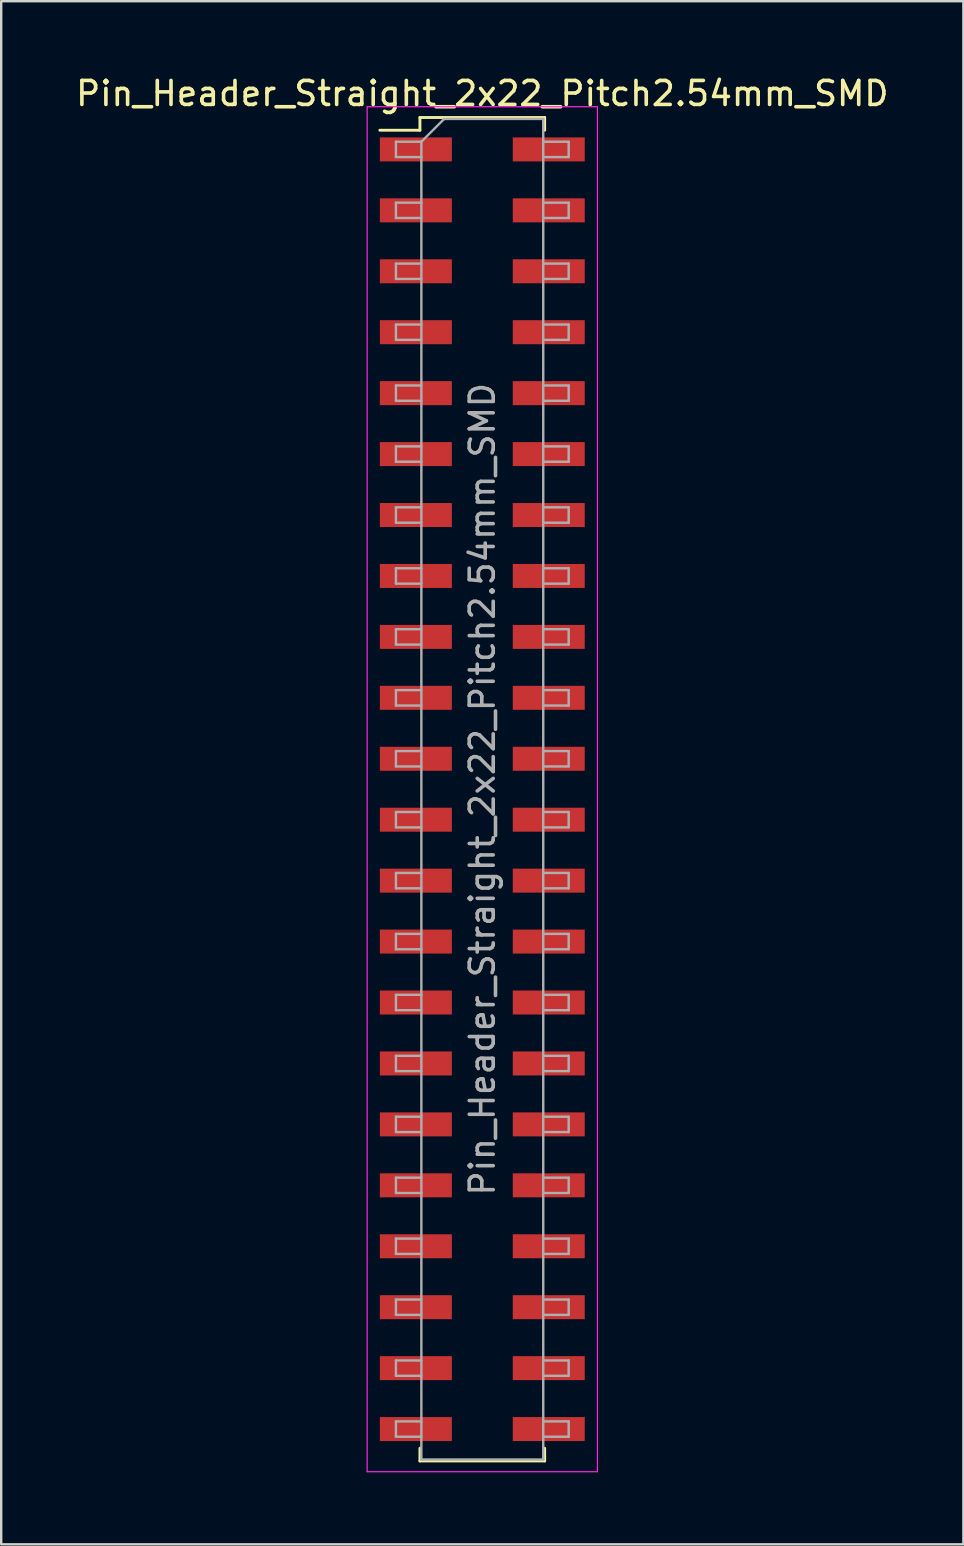
<source format=kicad_pcb>
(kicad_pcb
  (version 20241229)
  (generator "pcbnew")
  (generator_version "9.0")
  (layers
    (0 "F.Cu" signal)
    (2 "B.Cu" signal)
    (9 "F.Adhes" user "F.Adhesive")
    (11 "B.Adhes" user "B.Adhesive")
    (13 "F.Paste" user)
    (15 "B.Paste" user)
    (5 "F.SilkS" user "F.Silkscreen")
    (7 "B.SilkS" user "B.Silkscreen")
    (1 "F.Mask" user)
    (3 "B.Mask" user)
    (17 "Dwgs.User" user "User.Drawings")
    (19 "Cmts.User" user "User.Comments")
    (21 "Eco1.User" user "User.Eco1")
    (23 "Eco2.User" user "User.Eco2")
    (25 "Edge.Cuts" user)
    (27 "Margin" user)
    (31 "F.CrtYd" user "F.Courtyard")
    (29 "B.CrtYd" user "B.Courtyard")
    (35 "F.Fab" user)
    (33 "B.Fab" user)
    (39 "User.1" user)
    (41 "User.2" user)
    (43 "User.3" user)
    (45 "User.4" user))
  (footprint "Pin_Header_Straight_2x22_Pitch2.54mm_SMD"
    (layer "F.Cu")
    (at 17.054 29.848)
    (property "Reference" "Pin_Header_Straight_2x22_Pitch2.54mm_SMD" (at 0 -29 0) (layer "F.SilkS") (effects (font (size 1 1) (thickness 0.15))))
    (attr smd)
    (fp_line (start -4.27 -27.47) (end -2.6 -27.47) (stroke (width 0.12) (type solid)) (layer "F.SilkS"))
    (fp_line (start -2.6 -28) (end 2.6 -28) (stroke (width 0.12) (type solid)) (layer "F.SilkS"))
    (fp_line (start -2.6 -27.47) (end -2.6 -28) (stroke (width 0.12) (type solid)) (layer "F.SilkS"))
    (fp_line (start -2.6 27.47) (end -2.6 28) (stroke (width 0.12) (type solid)) (layer "F.SilkS"))
    (fp_line (start -2.6 28) (end 2.6 28) (stroke (width 0.12) (type solid)) (layer "F.SilkS"))
    (fp_line (start 2.6 -28) (end 2.6 -27.47) (stroke (width 0.12) (type solid)) (layer "F.SilkS"))
    (fp_line (start 2.6 28) (end 2.6 27.47) (stroke (width 0.12) (type solid)) (layer "F.SilkS"))
    (fp_line (start -4.8 -28.45) (end -4.8 28.45) (stroke (width 0.05) (type solid)) (layer "F.CrtYd"))
    (fp_line (start -4.8 28.45) (end 4.8 28.45) (stroke (width 0.05) (type solid)) (layer "F.CrtYd"))
    (fp_line (start 4.8 -28.45) (end -4.8 -28.45) (stroke (width 0.05) (type solid)) (layer "F.CrtYd"))
    (fp_line (start 4.8 28.45) (end 4.8 -28.45) (stroke (width 0.05) (type solid)) (layer "F.CrtYd"))
    (fp_line (start -3.6 -26.99) (end -3.6 -26.35) (stroke (width 0.1) (type solid)) (layer "F.Fab"))
    (fp_line (start -3.6 -26.35) (end -2.54 -26.35) (stroke (width 0.1) (type solid)) (layer "F.Fab"))
    (fp_line (start -3.6 -24.45) (end -3.6 -23.81) (stroke (width 0.1) (type solid)) (layer "F.Fab"))
    (fp_line (start -3.6 -23.81) (end -2.54 -23.81) (stroke (width 0.1) (type solid)) (layer "F.Fab"))
    (fp_line (start -3.6 -21.91) (end -3.6 -21.27) (stroke (width 0.1) (type solid)) (layer "F.Fab"))
    (fp_line (start -3.6 -21.27) (end -2.54 -21.27) (stroke (width 0.1) (type solid)) (layer "F.Fab"))
    (fp_line (start -3.6 -19.37) (end -3.6 -18.73) (stroke (width 0.1) (type solid)) (layer "F.Fab"))
    (fp_line (start -3.6 -18.73) (end -2.54 -18.73) (stroke (width 0.1) (type solid)) (layer "F.Fab"))
    (fp_line (start -3.6 -16.83) (end -3.6 -16.19) (stroke (width 0.1) (type solid)) (layer "F.Fab"))
    (fp_line (start -3.6 -16.19) (end -2.54 -16.19) (stroke (width 0.1) (type solid)) (layer "F.Fab"))
    (fp_line (start -3.6 -14.29) (end -3.6 -13.65) (stroke (width 0.1) (type solid)) (layer "F.Fab"))
    (fp_line (start -3.6 -13.65) (end -2.54 -13.65) (stroke (width 0.1) (type solid)) (layer "F.Fab"))
    (fp_line (start -3.6 -11.75) (end -3.6 -11.11) (stroke (width 0.1) (type solid)) (layer "F.Fab"))
    (fp_line (start -3.6 -11.11) (end -2.54 -11.11) (stroke (width 0.1) (type solid)) (layer "F.Fab"))
    (fp_line (start -3.6 -9.21) (end -3.6 -8.57) (stroke (width 0.1) (type solid)) (layer "F.Fab"))
    (fp_line (start -3.6 -8.57) (end -2.54 -8.57) (stroke (width 0.1) (type solid)) (layer "F.Fab"))
    (fp_line (start -3.6 -6.67) (end -3.6 -6.03) (stroke (width 0.1) (type solid)) (layer "F.Fab"))
    (fp_line (start -3.6 -6.03) (end -2.54 -6.03) (stroke (width 0.1) (type solid)) (layer "F.Fab"))
    (fp_line (start -3.6 -4.13) (end -3.6 -3.49) (stroke (width 0.1) (type solid)) (layer "F.Fab"))
    (fp_line (start -3.6 -3.49) (end -2.54 -3.49) (stroke (width 0.1) (type solid)) (layer "F.Fab"))
    (fp_line (start -3.6 -1.59) (end -3.6 -0.95) (stroke (width 0.1) (type solid)) (layer "F.Fab"))
    (fp_line (start -3.6 -0.95) (end -2.54 -0.95) (stroke (width 0.1) (type solid)) (layer "F.Fab"))
    (fp_line (start -3.6 0.95) (end -3.6 1.59) (stroke (width 0.1) (type solid)) (layer "F.Fab"))
    (fp_line (start -3.6 1.59) (end -2.54 1.59) (stroke (width 0.1) (type solid)) (layer "F.Fab"))
    (fp_line (start -3.6 3.49) (end -3.6 4.13) (stroke (width 0.1) (type solid)) (layer "F.Fab"))
    (fp_line (start -3.6 4.13) (end -2.54 4.13) (stroke (width 0.1) (type solid)) (layer "F.Fab"))
    (fp_line (start -3.6 6.03) (end -3.6 6.67) (stroke (width 0.1) (type solid)) (layer "F.Fab"))
    (fp_line (start -3.6 6.67) (end -2.54 6.67) (stroke (width 0.1) (type solid)) (layer "F.Fab"))
    (fp_line (start -3.6 8.57) (end -3.6 9.21) (stroke (width 0.1) (type solid)) (layer "F.Fab"))
    (fp_line (start -3.6 9.21) (end -2.54 9.21) (stroke (width 0.1) (type solid)) (layer "F.Fab"))
    (fp_line (start -3.6 11.11) (end -3.6 11.75) (stroke (width 0.1) (type solid)) (layer "F.Fab"))
    (fp_line (start -3.6 11.75) (end -2.54 11.75) (stroke (width 0.1) (type solid)) (layer "F.Fab"))
    (fp_line (start -3.6 13.65) (end -3.6 14.29) (stroke (width 0.1) (type solid)) (layer "F.Fab"))
    (fp_line (start -3.6 14.29) (end -2.54 14.29) (stroke (width 0.1) (type solid)) (layer "F.Fab"))
    (fp_line (start -3.6 16.19) (end -3.6 16.83) (stroke (width 0.1) (type solid)) (layer "F.Fab"))
    (fp_line (start -3.6 16.83) (end -2.54 16.83) (stroke (width 0.1) (type solid)) (layer "F.Fab"))
    (fp_line (start -3.6 18.73) (end -3.6 19.37) (stroke (width 0.1) (type solid)) (layer "F.Fab"))
    (fp_line (start -3.6 19.37) (end -2.54 19.37) (stroke (width 0.1) (type solid)) (layer "F.Fab"))
    (fp_line (start -3.6 21.27) (end -3.6 21.91) (stroke (width 0.1) (type solid)) (layer "F.Fab"))
    (fp_line (start -3.6 21.91) (end -2.54 21.91) (stroke (width 0.1) (type solid)) (layer "F.Fab"))
    (fp_line (start -3.6 23.81) (end -3.6 24.45) (stroke (width 0.1) (type solid)) (layer "F.Fab"))
    (fp_line (start -3.6 24.45) (end -2.54 24.45) (stroke (width 0.1) (type solid)) (layer "F.Fab"))
    (fp_line (start -3.6 26.35) (end -3.6 26.99) (stroke (width 0.1) (type solid)) (layer "F.Fab"))
    (fp_line (start -3.6 26.99) (end -2.54 26.99) (stroke (width 0.1) (type solid)) (layer "F.Fab"))
    (fp_line (start -2.54 -26.99) (end -3.6 -26.99) (stroke (width 0.1) (type solid)) (layer "F.Fab"))
    (fp_line (start -2.54 -26.99) (end -1.59 -27.94) (stroke (width 0.1) (type solid)) (layer "F.Fab"))
    (fp_line (start -2.54 -24.45) (end -3.6 -24.45) (stroke (width 0.1) (type solid)) (layer "F.Fab"))
    (fp_line (start -2.54 -21.91) (end -3.6 -21.91) (stroke (width 0.1) (type solid)) (layer "F.Fab"))
    (fp_line (start -2.54 -19.37) (end -3.6 -19.37) (stroke (width 0.1) (type solid)) (layer "F.Fab"))
    (fp_line (start -2.54 -16.83) (end -3.6 -16.83) (stroke (width 0.1) (type solid)) (layer "F.Fab"))
    (fp_line (start -2.54 -14.29) (end -3.6 -14.29) (stroke (width 0.1) (type solid)) (layer "F.Fab"))
    (fp_line (start -2.54 -11.75) (end -3.6 -11.75) (stroke (width 0.1) (type solid)) (layer "F.Fab"))
    (fp_line (start -2.54 -9.21) (end -3.6 -9.21) (stroke (width 0.1) (type solid)) (layer "F.Fab"))
    (fp_line (start -2.54 -6.67) (end -3.6 -6.67) (stroke (width 0.1) (type solid)) (layer "F.Fab"))
    (fp_line (start -2.54 -4.13) (end -3.6 -4.13) (stroke (width 0.1) (type solid)) (layer "F.Fab"))
    (fp_line (start -2.54 -1.59) (end -3.6 -1.59) (stroke (width 0.1) (type solid)) (layer "F.Fab"))
    (fp_line (start -2.54 0.95) (end -3.6 0.95) (stroke (width 0.1) (type solid)) (layer "F.Fab"))
    (fp_line (start -2.54 3.49) (end -3.6 3.49) (stroke (width 0.1) (type solid)) (layer "F.Fab"))
    (fp_line (start -2.54 6.03) (end -3.6 6.03) (stroke (width 0.1) (type solid)) (layer "F.Fab"))
    (fp_line (start -2.54 8.57) (end -3.6 8.57) (stroke (width 0.1) (type solid)) (layer "F.Fab"))
    (fp_line (start -2.54 11.11) (end -3.6 11.11) (stroke (width 0.1) (type solid)) (layer "F.Fab"))
    (fp_line (start -2.54 13.65) (end -3.6 13.65) (stroke (width 0.1) (type solid)) (layer "F.Fab"))
    (fp_line (start -2.54 16.19) (end -3.6 16.19) (stroke (width 0.1) (type solid)) (layer "F.Fab"))
    (fp_line (start -2.54 18.73) (end -3.6 18.73) (stroke (width 0.1) (type solid)) (layer "F.Fab"))
    (fp_line (start -2.54 21.27) (end -3.6 21.27) (stroke (width 0.1) (type solid)) (layer "F.Fab"))
    (fp_line (start -2.54 23.81) (end -3.6 23.81) (stroke (width 0.1) (type solid)) (layer "F.Fab"))
    (fp_line (start -2.54 26.35) (end -3.6 26.35) (stroke (width 0.1) (type solid)) (layer "F.Fab"))
    (fp_line (start -2.54 27.94) (end -2.54 -26.99) (stroke (width 0.1) (type solid)) (layer "F.Fab"))
    (fp_line (start -1.59 -27.94) (end 2.54 -27.94) (stroke (width 0.1) (type solid)) (layer "F.Fab"))
    (fp_line (start 2.54 -27.94) (end 2.54 27.94) (stroke (width 0.1) (type solid)) (layer "F.Fab"))
    (fp_line (start 2.54 -26.99) (end 3.6 -26.99) (stroke (width 0.1) (type solid)) (layer "F.Fab"))
    (fp_line (start 2.54 -24.45) (end 3.6 -24.45) (stroke (width 0.1) (type solid)) (layer "F.Fab"))
    (fp_line (start 2.54 -21.91) (end 3.6 -21.91) (stroke (width 0.1) (type solid)) (layer "F.Fab"))
    (fp_line (start 2.54 -19.37) (end 3.6 -19.37) (stroke (width 0.1) (type solid)) (layer "F.Fab"))
    (fp_line (start 2.54 -16.83) (end 3.6 -16.83) (stroke (width 0.1) (type solid)) (layer "F.Fab"))
    (fp_line (start 2.54 -14.29) (end 3.6 -14.29) (stroke (width 0.1) (type solid)) (layer "F.Fab"))
    (fp_line (start 2.54 -11.75) (end 3.6 -11.75) (stroke (width 0.1) (type solid)) (layer "F.Fab"))
    (fp_line (start 2.54 -9.21) (end 3.6 -9.21) (stroke (width 0.1) (type solid)) (layer "F.Fab"))
    (fp_line (start 2.54 -6.67) (end 3.6 -6.67) (stroke (width 0.1) (type solid)) (layer "F.Fab"))
    (fp_line (start 2.54 -4.13) (end 3.6 -4.13) (stroke (width 0.1) (type solid)) (layer "F.Fab"))
    (fp_line (start 2.54 -1.59) (end 3.6 -1.59) (stroke (width 0.1) (type solid)) (layer "F.Fab"))
    (fp_line (start 2.54 0.95) (end 3.6 0.95) (stroke (width 0.1) (type solid)) (layer "F.Fab"))
    (fp_line (start 2.54 3.49) (end 3.6 3.49) (stroke (width 0.1) (type solid)) (layer "F.Fab"))
    (fp_line (start 2.54 6.03) (end 3.6 6.03) (stroke (width 0.1) (type solid)) (layer "F.Fab"))
    (fp_line (start 2.54 8.57) (end 3.6 8.57) (stroke (width 0.1) (type solid)) (layer "F.Fab"))
    (fp_line (start 2.54 11.11) (end 3.6 11.11) (stroke (width 0.1) (type solid)) (layer "F.Fab"))
    (fp_line (start 2.54 13.65) (end 3.6 13.65) (stroke (width 0.1) (type solid)) (layer "F.Fab"))
    (fp_line (start 2.54 16.19) (end 3.6 16.19) (stroke (width 0.1) (type solid)) (layer "F.Fab"))
    (fp_line (start 2.54 18.73) (end 3.6 18.73) (stroke (width 0.1) (type solid)) (layer "F.Fab"))
    (fp_line (start 2.54 21.27) (end 3.6 21.27) (stroke (width 0.1) (type solid)) (layer "F.Fab"))
    (fp_line (start 2.54 23.81) (end 3.6 23.81) (stroke (width 0.1) (type solid)) (layer "F.Fab"))
    (fp_line (start 2.54 26.35) (end 3.6 26.35) (stroke (width 0.1) (type solid)) (layer "F.Fab"))
    (fp_line (start 2.54 27.94) (end -2.54 27.94) (stroke (width 0.1) (type solid)) (layer "F.Fab"))
    (fp_line (start 3.6 -26.99) (end 3.6 -26.35) (stroke (width 0.1) (type solid)) (layer "F.Fab"))
    (fp_line (start 3.6 -26.35) (end 2.54 -26.35) (stroke (width 0.1) (type solid)) (layer "F.Fab"))
    (fp_line (start 3.6 -24.45) (end 3.6 -23.81) (stroke (width 0.1) (type solid)) (layer "F.Fab"))
    (fp_line (start 3.6 -23.81) (end 2.54 -23.81) (stroke (width 0.1) (type solid)) (layer "F.Fab"))
    (fp_line (start 3.6 -21.91) (end 3.6 -21.27) (stroke (width 0.1) (type solid)) (layer "F.Fab"))
    (fp_line (start 3.6 -21.27) (end 2.54 -21.27) (stroke (width 0.1) (type solid)) (layer "F.Fab"))
    (fp_line (start 3.6 -19.37) (end 3.6 -18.73) (stroke (width 0.1) (type solid)) (layer "F.Fab"))
    (fp_line (start 3.6 -18.73) (end 2.54 -18.73) (stroke (width 0.1) (type solid)) (layer "F.Fab"))
    (fp_line (start 3.6 -16.83) (end 3.6 -16.19) (stroke (width 0.1) (type solid)) (layer "F.Fab"))
    (fp_line (start 3.6 -16.19) (end 2.54 -16.19) (stroke (width 0.1) (type solid)) (layer "F.Fab"))
    (fp_line (start 3.6 -14.29) (end 3.6 -13.65) (stroke (width 0.1) (type solid)) (layer "F.Fab"))
    (fp_line (start 3.6 -13.65) (end 2.54 -13.65) (stroke (width 0.1) (type solid)) (layer "F.Fab"))
    (fp_line (start 3.6 -11.75) (end 3.6 -11.11) (stroke (width 0.1) (type solid)) (layer "F.Fab"))
    (fp_line (start 3.6 -11.11) (end 2.54 -11.11) (stroke (width 0.1) (type solid)) (layer "F.Fab"))
    (fp_line (start 3.6 -9.21) (end 3.6 -8.57) (stroke (width 0.1) (type solid)) (layer "F.Fab"))
    (fp_line (start 3.6 -8.57) (end 2.54 -8.57) (stroke (width 0.1) (type solid)) (layer "F.Fab"))
    (fp_line (start 3.6 -6.67) (end 3.6 -6.03) (stroke (width 0.1) (type solid)) (layer "F.Fab"))
    (fp_line (start 3.6 -6.03) (end 2.54 -6.03) (stroke (width 0.1) (type solid)) (layer "F.Fab"))
    (fp_line (start 3.6 -4.13) (end 3.6 -3.49) (stroke (width 0.1) (type solid)) (layer "F.Fab"))
    (fp_line (start 3.6 -3.49) (end 2.54 -3.49) (stroke (width 0.1) (type solid)) (layer "F.Fab"))
    (fp_line (start 3.6 -1.59) (end 3.6 -0.95) (stroke (width 0.1) (type solid)) (layer "F.Fab"))
    (fp_line (start 3.6 -0.95) (end 2.54 -0.95) (stroke (width 0.1) (type solid)) (layer "F.Fab"))
    (fp_line (start 3.6 0.95) (end 3.6 1.59) (stroke (width 0.1) (type solid)) (layer "F.Fab"))
    (fp_line (start 3.6 1.59) (end 2.54 1.59) (stroke (width 0.1) (type solid)) (layer "F.Fab"))
    (fp_line (start 3.6 3.49) (end 3.6 4.13) (stroke (width 0.1) (type solid)) (layer "F.Fab"))
    (fp_line (start 3.6 4.13) (end 2.54 4.13) (stroke (width 0.1) (type solid)) (layer "F.Fab"))
    (fp_line (start 3.6 6.03) (end 3.6 6.67) (stroke (width 0.1) (type solid)) (layer "F.Fab"))
    (fp_line (start 3.6 6.67) (end 2.54 6.67) (stroke (width 0.1) (type solid)) (layer "F.Fab"))
    (fp_line (start 3.6 8.57) (end 3.6 9.21) (stroke (width 0.1) (type solid)) (layer "F.Fab"))
    (fp_line (start 3.6 9.21) (end 2.54 9.21) (stroke (width 0.1) (type solid)) (layer "F.Fab"))
    (fp_line (start 3.6 11.11) (end 3.6 11.75) (stroke (width 0.1) (type solid)) (layer "F.Fab"))
    (fp_line (start 3.6 11.75) (end 2.54 11.75) (stroke (width 0.1) (type solid)) (layer "F.Fab"))
    (fp_line (start 3.6 13.65) (end 3.6 14.29) (stroke (width 0.1) (type solid)) (layer "F.Fab"))
    (fp_line (start 3.6 14.29) (end 2.54 14.29) (stroke (width 0.1) (type solid)) (layer "F.Fab"))
    (fp_line (start 3.6 16.19) (end 3.6 16.83) (stroke (width 0.1) (type solid)) (layer "F.Fab"))
    (fp_line (start 3.6 16.83) (end 2.54 16.83) (stroke (width 0.1) (type solid)) (layer "F.Fab"))
    (fp_line (start 3.6 18.73) (end 3.6 19.37) (stroke (width 0.1) (type solid)) (layer "F.Fab"))
    (fp_line (start 3.6 19.37) (end 2.54 19.37) (stroke (width 0.1) (type solid)) (layer "F.Fab"))
    (fp_line (start 3.6 21.27) (end 3.6 21.91) (stroke (width 0.1) (type solid)) (layer "F.Fab"))
    (fp_line (start 3.6 21.91) (end 2.54 21.91) (stroke (width 0.1) (type solid)) (layer "F.Fab"))
    (fp_line (start 3.6 23.81) (end 3.6 24.45) (stroke (width 0.1) (type solid)) (layer "F.Fab"))
    (fp_line (start 3.6 24.45) (end 2.54 24.45) (stroke (width 0.1) (type solid)) (layer "F.Fab"))
    (fp_line (start 3.6 26.35) (end 3.6 26.99) (stroke (width 0.1) (type solid)) (layer "F.Fab"))
    (fp_line (start 3.6 26.99) (end 2.54 26.99) (stroke (width 0.1) (type solid)) (layer "F.Fab"))
    (fp_text user "${REFERENCE}" (at 0 0 90) (layer "F.Fab") (effects (font (size 1 1) (thickness 0.15))))
    (pad "1" smd rect (at -2.77 -26.67) (size 3 1) (layers "F.Cu" "F.Mask" "F.Paste"))
    (pad "2" smd rect (at 2.77 -26.67) (size 3 1) (layers "F.Cu" "F.Mask" "F.Paste"))
    (pad "3" smd rect (at -2.77 -24.13) (size 3 1) (layers "F.Cu" "F.Mask" "F.Paste"))
    (pad "4" smd rect (at 2.77 -24.13) (size 3 1) (layers "F.Cu" "F.Mask" "F.Paste"))
    (pad "5" smd rect (at -2.77 -21.59) (size 3 1) (layers "F.Cu" "F.Mask" "F.Paste"))
    (pad "6" smd rect (at 2.77 -21.59) (size 3 1) (layers "F.Cu" "F.Mask" "F.Paste"))
    (pad "7" smd rect (at -2.77 -19.05) (size 3 1) (layers "F.Cu" "F.Mask" "F.Paste"))
    (pad "8" smd rect (at 2.77 -19.05) (size 3 1) (layers "F.Cu" "F.Mask" "F.Paste"))
    (pad "9" smd rect (at -2.77 -16.51) (size 3 1) (layers "F.Cu" "F.Mask" "F.Paste"))
    (pad "10" smd rect (at 2.77 -16.51) (size 3 1) (layers "F.Cu" "F.Mask" "F.Paste"))
    (pad "11" smd rect (at -2.77 -13.97) (size 3 1) (layers "F.Cu" "F.Mask" "F.Paste"))
    (pad "12" smd rect (at 2.77 -13.97) (size 3 1) (layers "F.Cu" "F.Mask" "F.Paste"))
    (pad "13" smd rect (at -2.77 -11.43) (size 3 1) (layers "F.Cu" "F.Mask" "F.Paste"))
    (pad "14" smd rect (at 2.77 -11.43) (size 3 1) (layers "F.Cu" "F.Mask" "F.Paste"))
    (pad "15" smd rect (at -2.77 -8.89) (size 3 1) (layers "F.Cu" "F.Mask" "F.Paste"))
    (pad "16" smd rect (at 2.77 -8.89) (size 3 1) (layers "F.Cu" "F.Mask" "F.Paste"))
    (pad "17" smd rect (at -2.77 -6.35) (size 3 1) (layers "F.Cu" "F.Mask" "F.Paste"))
    (pad "18" smd rect (at 2.77 -6.35) (size 3 1) (layers "F.Cu" "F.Mask" "F.Paste"))
    (pad "19" smd rect (at -2.77 -3.81) (size 3 1) (layers "F.Cu" "F.Mask" "F.Paste"))
    (pad "20" smd rect (at 2.77 -3.81) (size 3 1) (layers "F.Cu" "F.Mask" "F.Paste"))
    (pad "21" smd rect (at -2.77 -1.27) (size 3 1) (layers "F.Cu" "F.Mask" "F.Paste"))
    (pad "22" smd rect (at 2.77 -1.27) (size 3 1) (layers "F.Cu" "F.Mask" "F.Paste"))
    (pad "23" smd rect (at -2.77 1.27) (size 3 1) (layers "F.Cu" "F.Mask" "F.Paste"))
    (pad "24" smd rect (at 2.77 1.27) (size 3 1) (layers "F.Cu" "F.Mask" "F.Paste"))
    (pad "25" smd rect (at -2.77 3.81) (size 3 1) (layers "F.Cu" "F.Mask" "F.Paste"))
    (pad "26" smd rect (at 2.77 3.81) (size 3 1) (layers "F.Cu" "F.Mask" "F.Paste"))
    (pad "27" smd rect (at -2.77 6.35) (size 3 1) (layers "F.Cu" "F.Mask" "F.Paste"))
    (pad "28" smd rect (at 2.77 6.35) (size 3 1) (layers "F.Cu" "F.Mask" "F.Paste"))
    (pad "29" smd rect (at -2.77 8.89) (size 3 1) (layers "F.Cu" "F.Mask" "F.Paste"))
    (pad "30" smd rect (at 2.77 8.89) (size 3 1) (layers "F.Cu" "F.Mask" "F.Paste"))
    (pad "31" smd rect (at -2.77 11.43) (size 3 1) (layers "F.Cu" "F.Mask" "F.Paste"))
    (pad "32" smd rect (at 2.77 11.43) (size 3 1) (layers "F.Cu" "F.Mask" "F.Paste"))
    (pad "33" smd rect (at -2.77 13.97) (size 3 1) (layers "F.Cu" "F.Mask" "F.Paste"))
    (pad "34" smd rect (at 2.77 13.97) (size 3 1) (layers "F.Cu" "F.Mask" "F.Paste"))
    (pad "35" smd rect (at -2.77 16.51) (size 3 1) (layers "F.Cu" "F.Mask" "F.Paste"))
    (pad "36" smd rect (at 2.77 16.51) (size 3 1) (layers "F.Cu" "F.Mask" "F.Paste"))
    (pad "37" smd rect (at -2.77 19.05) (size 3 1) (layers "F.Cu" "F.Mask" "F.Paste"))
    (pad "38" smd rect (at 2.77 19.05) (size 3 1) (layers "F.Cu" "F.Mask" "F.Paste"))
    (pad "39" smd rect (at -2.77 21.59) (size 3 1) (layers "F.Cu" "F.Mask" "F.Paste"))
    (pad "40" smd rect (at 2.77 21.59) (size 3 1) (layers "F.Cu" "F.Mask" "F.Paste"))
    (pad "41" smd rect (at -2.77 24.13) (size 3 1) (layers "F.Cu" "F.Mask" "F.Paste"))
    (pad "42" smd rect (at 2.77 24.13) (size 3 1) (layers "F.Cu" "F.Mask" "F.Paste"))
    (pad "43" smd rect (at -2.77 26.67) (size 3 1) (layers "F.Cu" "F.Mask" "F.Paste"))
    (pad "44" smd rect (at 2.77 26.67) (size 3 1) (layers "F.Cu" "F.Mask" "F.Paste")))
  (gr_rect
    (start -3 -3)
    (end 37.107 61.323)
    (stroke (width 0.1) (type default))
    (fill no)
    (layer "Edge.Cuts")))
</source>
